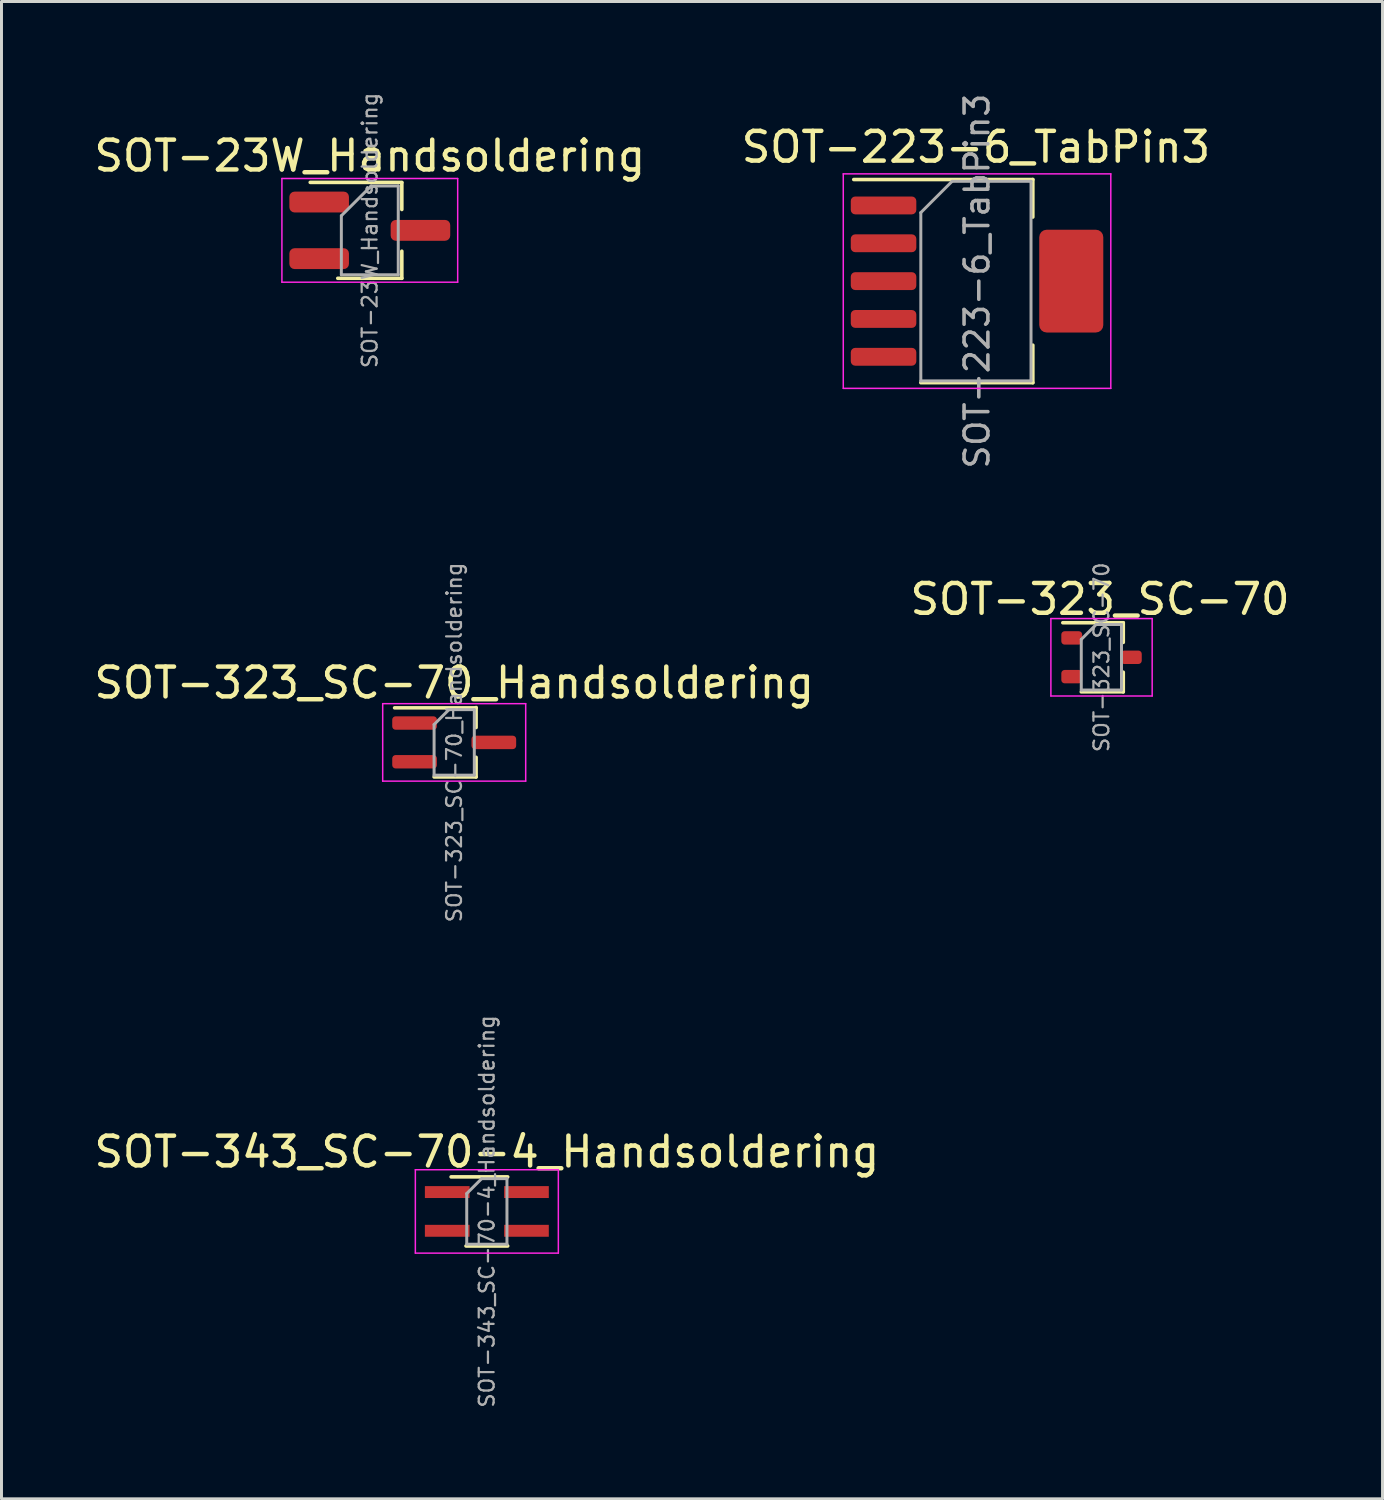
<source format=kicad_pcb>
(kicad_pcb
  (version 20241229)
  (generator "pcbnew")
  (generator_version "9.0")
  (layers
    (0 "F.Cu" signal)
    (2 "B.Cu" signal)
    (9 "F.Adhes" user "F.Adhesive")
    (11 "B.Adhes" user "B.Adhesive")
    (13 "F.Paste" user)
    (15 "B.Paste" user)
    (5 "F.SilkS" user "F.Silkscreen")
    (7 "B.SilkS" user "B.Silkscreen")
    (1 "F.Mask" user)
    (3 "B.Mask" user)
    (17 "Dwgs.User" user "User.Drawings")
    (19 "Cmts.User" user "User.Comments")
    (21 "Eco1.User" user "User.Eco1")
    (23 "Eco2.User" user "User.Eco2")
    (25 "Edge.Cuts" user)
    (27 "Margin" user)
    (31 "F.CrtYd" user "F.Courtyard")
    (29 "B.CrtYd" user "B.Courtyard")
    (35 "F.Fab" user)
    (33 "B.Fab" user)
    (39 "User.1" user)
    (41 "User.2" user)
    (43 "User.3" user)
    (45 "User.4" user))
  (footprint "SOT-223-6_TabPin3"
    (layer "F.Cu")
    (at 29.746 6.386)
    (property "Reference" "SOT-223-6_TabPin3" (at -0.037 -4.5 0) (layer "F.SilkS") (effects (font (size 1 1) (thickness 0.15))))
    (attr smd)
    (fp_line (start -4.138 -3.41) (end 1.873 -3.41) (stroke (width 0.12) (type solid)) (layer "F.SilkS"))
    (fp_line (start -1.887 3.41) (end 1.873 3.41) (stroke (width 0.12) (type solid)) (layer "F.SilkS"))
    (fp_line (start 1.873 -3.41) (end 1.873 -2.15) (stroke (width 0.12) (type solid)) (layer "F.SilkS"))
    (fp_line (start 1.873 3.41) (end 1.873 2.15) (stroke (width 0.12) (type solid)) (layer "F.SilkS"))
    (fp_line (start -4.49 -3.6) (end -4.49 3.6) (stroke (width 0.05) (type solid)) (layer "F.CrtYd"))
    (fp_line (start -4.49 -3.6) (end 4.49 -3.6) (stroke (width 0.05) (type solid)) (layer "F.CrtYd"))
    (fp_line (start 4.49 3.6) (end -4.49 3.6) (stroke (width 0.05) (type solid)) (layer "F.CrtYd"))
    (fp_line (start 4.49 3.6) (end 4.49 -3.6) (stroke (width 0.05) (type solid)) (layer "F.CrtYd"))
    (fp_line (start -1.887 -2.3) (end -1.887 3.35) (stroke (width 0.1) (type solid)) (layer "F.Fab"))
    (fp_line (start -1.887 -2.3) (end -0.838 -3.35) (stroke (width 0.1) (type solid)) (layer "F.Fab"))
    (fp_line (start -1.887 3.35) (end 1.812 3.35) (stroke (width 0.1) (type solid)) (layer "F.Fab"))
    (fp_line (start -0.838 -3.35) (end 1.812 -3.35) (stroke (width 0.1) (type solid)) (layer "F.Fab"))
    (fp_line (start 1.812 -3.35) (end 1.812 3.35) (stroke (width 0.1) (type solid)) (layer "F.Fab"))
    (fp_text user "${REFERENCE}" (at 0 0 90) (layer "F.Fab") (effects (font (size 0.8 0.8) (thickness 0.12))))
    (pad "1" smd roundrect (at -3.138 -2.54) (size 2.2 0.6) (layers "F.Cu" "F.Mask" "F.Paste") (roundrect_rratio 0.25))
    (pad "2" smd roundrect (at -3.138 -1.27) (size 2.2 0.6) (layers "F.Cu" "F.Mask" "F.Paste") (roundrect_rratio 0.25))
    (pad "3" smd roundrect (at -3.138 0) (size 2.2 0.6) (layers "F.Cu" "F.Mask" "F.Paste") (roundrect_rratio 0.25))
    (pad "3" smd roundrect (at 3.163 0) (size 2.15 3.45) (layers "F.Cu" "F.Mask" "F.Paste") (roundrect_rratio 0.116))
    (pad "4" smd roundrect (at -3.138 1.27) (size 2.2 0.6) (layers "F.Cu" "F.Mask" "F.Paste") (roundrect_rratio 0.25))
    (pad "5" smd roundrect (at -3.138 2.54) (size 2.2 0.6) (layers "F.Cu" "F.Mask" "F.Paste") (roundrect_rratio 0.25)))
  (footprint "SOT-23W_Handsoldering"
    (layer "F.Cu")
    (at 9.363 4.682)
    (property "Reference" "SOT-23W_Handsoldering" (at 0 -2.5 0) (layer "F.SilkS") (effects (font (size 1 1) (thickness 0.15))))
    (attr smd)
    (fp_line (start -2 -1.61) (end 1.075 -1.61) (stroke (width 0.12) (type solid)) (layer "F.SilkS"))
    (fp_line (start -1.075 1.61) (end 1.075 1.61) (stroke (width 0.12) (type solid)) (layer "F.SilkS"))
    (fp_line (start 1.075 -1.6) (end 1.075 -0.7) (stroke (width 0.12) (type solid)) (layer "F.SilkS"))
    (fp_line (start 1.075 0.7) (end 1.075 1.61) (stroke (width 0.12) (type solid)) (layer "F.SilkS"))
    (fp_line (start -2.95 -1.74) (end 2.95 -1.74) (stroke (width 0.05) (type solid)) (layer "F.CrtYd"))
    (fp_line (start -2.95 1.74) (end -2.95 -1.74) (stroke (width 0.05) (type solid)) (layer "F.CrtYd"))
    (fp_line (start 2.95 -1.74) (end 2.95 1.74) (stroke (width 0.05) (type solid)) (layer "F.CrtYd"))
    (fp_line (start 2.95 1.74) (end -2.95 1.74) (stroke (width 0.05) (type solid)) (layer "F.CrtYd"))
    (fp_line (start -0.955 -0.49) (end -0.955 1.49) (stroke (width 0.1) (type solid)) (layer "F.Fab"))
    (fp_line (start -0.955 -0.49) (end 0.045 -1.49) (stroke (width 0.1) (type solid)) (layer "F.Fab"))
    (fp_line (start -0.955 1.49) (end 0.955 1.49) (stroke (width 0.1) (type solid)) (layer "F.Fab"))
    (fp_line (start 0.045 -1.49) (end 0.955 -1.49) (stroke (width 0.1) (type solid)) (layer "F.Fab"))
    (fp_line (start 0.955 -1.49) (end 0.955 1.49) (stroke (width 0.1) (type solid)) (layer "F.Fab"))
    (fp_text user "${REFERENCE}" (at 0 0 90) (layer "F.Fab") (effects (font (size 0.5 0.5) (thickness 0.075))))
    (pad "1" smd roundrect (at -1.7 -0.95) (size 2 0.7) (layers "F.Cu" "F.Mask" "F.Paste") (roundrect_rratio 0.25))
    (pad "2" smd roundrect (at -1.7 0.95) (size 2 0.7) (layers "F.Cu" "F.Mask" "F.Paste") (roundrect_rratio 0.25))
    (pad "3" smd roundrect (at 1.7 0) (size 2 0.7) (layers "F.Cu" "F.Mask" "F.Paste") (roundrect_rratio 0.25)))
  (footprint "SOT-343_SC-70-4_Handsoldering"
    (layer "F.Cu")
    (at 13.292 37.614)
    (property "Reference" "SOT-343_SC-70-4_Handsoldering" (at 0 -2 0) (layer "F.SilkS") (effects (font (size 1 1) (thickness 0.15))))
    (attr smd)
    (fp_line (start -0.7 1.16) (end 0.7 1.16) (stroke (width 0.12) (type solid)) (layer "F.SilkS"))
    (fp_line (start 0.7 -1.16) (end -1.2 -1.16) (stroke (width 0.12) (type solid)) (layer "F.SilkS"))
    (fp_line (start -2.4 -1.4) (end -2.4 1.4) (stroke (width 0.05) (type solid)) (layer "F.CrtYd"))
    (fp_line (start -2.4 -1.4) (end 2.4 -1.4) (stroke (width 0.05) (type solid)) (layer "F.CrtYd"))
    (fp_line (start -2.4 1.4) (end 2.4 1.4) (stroke (width 0.05) (type solid)) (layer "F.CrtYd"))
    (fp_line (start 2.4 1.4) (end 2.4 -1.4) (stroke (width 0.05) (type solid)) (layer "F.CrtYd"))
    (fp_line (start -0.675 -0.6) (end -0.675 1.1) (stroke (width 0.1) (type solid)) (layer "F.Fab"))
    (fp_line (start -0.175 -1.1) (end -0.675 -0.6) (stroke (width 0.1) (type solid)) (layer "F.Fab"))
    (fp_line (start 0.675 -1.1) (end -0.175 -1.1) (stroke (width 0.1) (type solid)) (layer "F.Fab"))
    (fp_line (start 0.675 -1.1) (end 0.675 1.1) (stroke (width 0.1) (type solid)) (layer "F.Fab"))
    (fp_line (start 0.675 1.1) (end -0.675 1.1) (stroke (width 0.1) (type solid)) (layer "F.Fab"))
    (fp_text user "${REFERENCE}" (at 0 0 90) (layer "F.Fab") (effects (font (size 0.5 0.5) (thickness 0.075))))
    (pad "1" smd rect (at -1.33 -0.65) (size 1.5 0.4) (layers "F.Cu" "F.Mask" "F.Paste"))
    (pad "2" smd rect (at -1.33 0.65) (size 1.5 0.4) (layers "F.Cu" "F.Mask" "F.Paste"))
    (pad "3" smd rect (at 1.33 0.65) (size 1.5 0.4) (layers "F.Cu" "F.Mask" "F.Paste"))
    (pad "4" smd rect (at 1.33 -0.65) (size 1.5 0.4) (layers "F.Cu" "F.Mask" "F.Paste")))
  (footprint "SOT-323_SC-70_Handsoldering"
    (layer "F.Cu")
    (at 12.196 21.87)
    (property "Reference" "SOT-323_SC-70_Handsoldering" (at 0 -2 0) (layer "F.SilkS") (effects (font (size 1 1) (thickness 0.15))))
    (attr smd)
    (fp_line (start -0.675 1.16) (end 0.735 1.16) (stroke (width 0.12) (type solid)) (layer "F.SilkS"))
    (fp_line (start 0.735 -1.17) (end 0.735 -0.5) (stroke (width 0.12) (type solid)) (layer "F.SilkS"))
    (fp_line (start 0.735 -1.16) (end -2 -1.16) (stroke (width 0.12) (type solid)) (layer "F.SilkS"))
    (fp_line (start 0.735 0.5) (end 0.735 1.16) (stroke (width 0.12) (type solid)) (layer "F.SilkS"))
    (fp_line (start -2.4 -1.3) (end 2.4 -1.3) (stroke (width 0.05) (type solid)) (layer "F.CrtYd"))
    (fp_line (start -2.4 1.3) (end -2.4 -1.3) (stroke (width 0.05) (type solid)) (layer "F.CrtYd"))
    (fp_line (start 2.4 -1.3) (end 2.4 1.3) (stroke (width 0.05) (type solid)) (layer "F.CrtYd"))
    (fp_line (start 2.4 1.3) (end -2.4 1.3) (stroke (width 0.05) (type solid)) (layer "F.CrtYd"))
    (fp_line (start -0.675 -0.6) (end -0.675 1.1) (stroke (width 0.1) (type solid)) (layer "F.Fab"))
    (fp_line (start -0.175 -1.1) (end -0.675 -0.6) (stroke (width 0.1) (type solid)) (layer "F.Fab"))
    (fp_line (start 0.675 -1.1) (end -0.175 -1.1) (stroke (width 0.1) (type solid)) (layer "F.Fab"))
    (fp_line (start 0.675 -1.1) (end 0.675 1.1) (stroke (width 0.1) (type solid)) (layer "F.Fab"))
    (fp_line (start 0.675 1.1) (end -0.675 1.1) (stroke (width 0.1) (type solid)) (layer "F.Fab"))
    (fp_text user "${REFERENCE}" (at 0 0 90) (layer "F.Fab") (effects (font (size 0.5 0.5) (thickness 0.075))))
    (pad "1" smd roundrect (at -1.33 -0.65 270) (size 0.45 1.5) (layers "F.Cu" "F.Mask" "F.Paste") (roundrect_rratio 0.25))
    (pad "2" smd roundrect (at -1.33 0.65 270) (size 0.45 1.5) (layers "F.Cu" "F.Mask" "F.Paste") (roundrect_rratio 0.25))
    (pad "3" smd roundrect (at 1.33 0 270) (size 0.45 1.5) (layers "F.Cu" "F.Mask" "F.Paste") (roundrect_rratio 0.25)))
  (footprint "SOT-323_SC-70"
    (layer "F.Cu")
    (at 33.925 19.013)
    (property "Reference" "SOT-323_SC-70" (at -0.05 -1.95 0) (layer "F.SilkS") (effects (font (size 1 1) (thickness 0.15))))
    (attr smd)
    (fp_line (start -0.68 1.16) (end 0.73 1.16) (stroke (width 0.12) (type solid)) (layer "F.SilkS"))
    (fp_line (start 0.73 -1.16) (end -1.3 -1.16) (stroke (width 0.12) (type solid)) (layer "F.SilkS"))
    (fp_line (start 0.73 -1.16) (end 0.73 -0.5) (stroke (width 0.12) (type solid)) (layer "F.SilkS"))
    (fp_line (start 0.73 0.5) (end 0.73 1.16) (stroke (width 0.12) (type solid)) (layer "F.SilkS"))
    (fp_line (start -1.7 -1.3) (end 1.7 -1.3) (stroke (width 0.05) (type solid)) (layer "F.CrtYd"))
    (fp_line (start -1.7 1.3) (end -1.7 -1.3) (stroke (width 0.05) (type solid)) (layer "F.CrtYd"))
    (fp_line (start 1.7 -1.3) (end 1.7 1.3) (stroke (width 0.05) (type solid)) (layer "F.CrtYd"))
    (fp_line (start 1.7 1.3) (end -1.7 1.3) (stroke (width 0.05) (type solid)) (layer "F.CrtYd"))
    (fp_line (start -0.68 -0.6) (end -0.68 1.1) (stroke (width 0.1) (type solid)) (layer "F.Fab"))
    (fp_line (start -0.18 -1.1) (end -0.68 -0.6) (stroke (width 0.1) (type solid)) (layer "F.Fab"))
    (fp_line (start 0.67 -1.1) (end -0.18 -1.1) (stroke (width 0.1) (type solid)) (layer "F.Fab"))
    (fp_line (start 0.67 -1.1) (end 0.67 1.1) (stroke (width 0.1) (type solid)) (layer "F.Fab"))
    (fp_line (start 0.67 1.1) (end -0.68 1.1) (stroke (width 0.1) (type solid)) (layer "F.Fab"))
    (fp_text user "${REFERENCE}" (at 0 0 90) (layer "F.Fab") (effects (font (size 0.5 0.5) (thickness 0.075))))
    (pad "1" smd roundrect (at -1 -0.65 270) (size 0.45 0.7) (layers "F.Cu" "F.Mask" "F.Paste") (roundrect_rratio 0.25))
    (pad "2" smd roundrect (at -1 0.65 270) (size 0.45 0.7) (layers "F.Cu" "F.Mask" "F.Paste") (roundrect_rratio 0.25))
    (pad "3" smd roundrect (at 1 0 270) (size 0.45 0.7) (layers "F.Cu" "F.Mask" "F.Paste") (roundrect_rratio 0.25)))
  (gr_rect
    (start -3 -3)
    (end 43.357 47.26)
    (stroke (width 0.1) (type default))
    (fill no)
    (layer "Edge.Cuts")))
</source>
